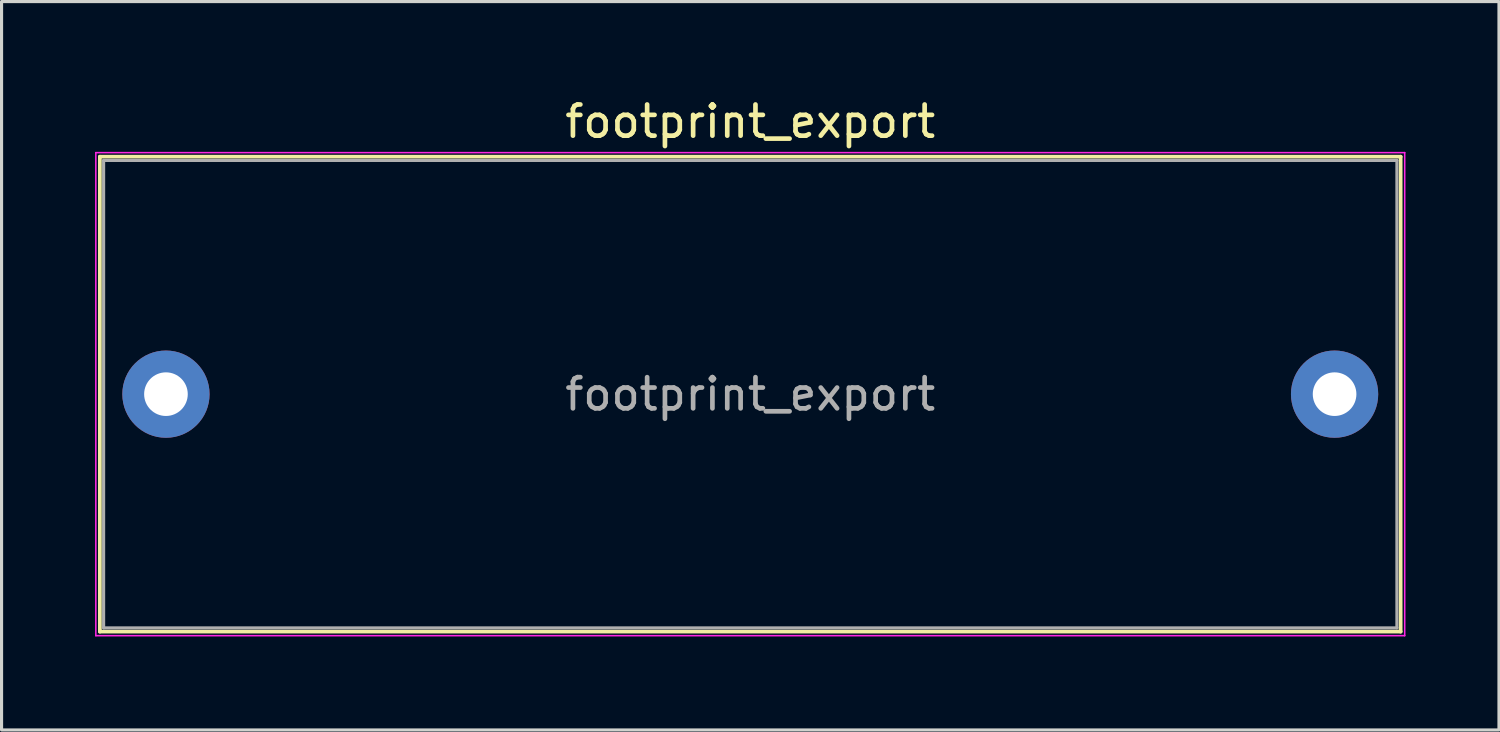
<source format=kicad_pcb>
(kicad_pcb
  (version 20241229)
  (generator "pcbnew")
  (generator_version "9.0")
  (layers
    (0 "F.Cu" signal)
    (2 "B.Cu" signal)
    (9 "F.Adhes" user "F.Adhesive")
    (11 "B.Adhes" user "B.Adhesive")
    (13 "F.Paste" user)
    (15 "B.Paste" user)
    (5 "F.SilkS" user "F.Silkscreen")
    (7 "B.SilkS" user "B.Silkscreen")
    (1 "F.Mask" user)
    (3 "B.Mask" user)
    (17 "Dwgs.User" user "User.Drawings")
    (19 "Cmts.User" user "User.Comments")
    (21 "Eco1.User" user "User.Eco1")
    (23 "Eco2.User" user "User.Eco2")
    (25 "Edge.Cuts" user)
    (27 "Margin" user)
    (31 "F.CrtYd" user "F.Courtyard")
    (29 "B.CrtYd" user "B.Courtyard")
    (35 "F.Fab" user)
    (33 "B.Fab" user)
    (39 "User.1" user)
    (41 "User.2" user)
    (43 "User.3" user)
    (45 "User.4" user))
  (footprint "footprint_export"
    (layer "F.Cu")
    (at 2.275 9.598)
    (property "Reference" "footprint_export" (at 18.75 -8.75 0) (layer "F.SilkS") (effects (font (size 1 1) (thickness 0.15))))
    (attr through_hole)
    (fp_line (start -2.12 -7.62) (end -2.12 7.62) (stroke (width 0.12) (type solid)) (layer "F.SilkS"))
    (fp_line (start -2.12 -7.62) (end 39.62 -7.62) (stroke (width 0.12) (type solid)) (layer "F.SilkS"))
    (fp_line (start -2.12 7.62) (end 39.62 7.62) (stroke (width 0.12) (type solid)) (layer "F.SilkS"))
    (fp_line (start 39.62 -7.62) (end 39.62 7.62) (stroke (width 0.12) (type solid)) (layer "F.SilkS"))
    (fp_line (start -2.25 -7.75) (end -2.25 7.75) (stroke (width 0.05) (type solid)) (layer "F.CrtYd"))
    (fp_line (start -2.25 7.75) (end 39.75 7.75) (stroke (width 0.05) (type solid)) (layer "F.CrtYd"))
    (fp_line (start 39.75 -7.75) (end -2.25 -7.75) (stroke (width 0.05) (type solid)) (layer "F.CrtYd"))
    (fp_line (start 39.75 7.75) (end 39.75 -7.75) (stroke (width 0.05) (type solid)) (layer "F.CrtYd"))
    (fp_line (start -2 -7.5) (end -2 7.5) (stroke (width 0.1) (type solid)) (layer "F.Fab"))
    (fp_line (start -2 7.5) (end 39.5 7.5) (stroke (width 0.1) (type solid)) (layer "F.Fab"))
    (fp_line (start 39.5 -7.5) (end -2 -7.5) (stroke (width 0.1) (type solid)) (layer "F.Fab"))
    (fp_line (start 39.5 7.5) (end 39.5 -7.5) (stroke (width 0.1) (type solid)) (layer "F.Fab"))
    (fp_text user "${REFERENCE}" (at 18.75 0 0) (layer "F.Fab") (effects (font (size 1 1) (thickness 0.15))))
    (pad "1" thru_hole circle (at 0 0) (size 2.8 2.8) (drill 1.4) (layers "*.Cu" "*.Mask"))
    (pad "2" thru_hole circle (at 37.5 0) (size 2.8 2.8) (drill 1.4) (layers "*.Cu" "*.Mask")))
  (gr_rect
    (start -3 -3)
    (end 45.05 20.373)
    (stroke (width 0.1) (type default))
    (fill no)
    (layer "Edge.Cuts")))
</source>
